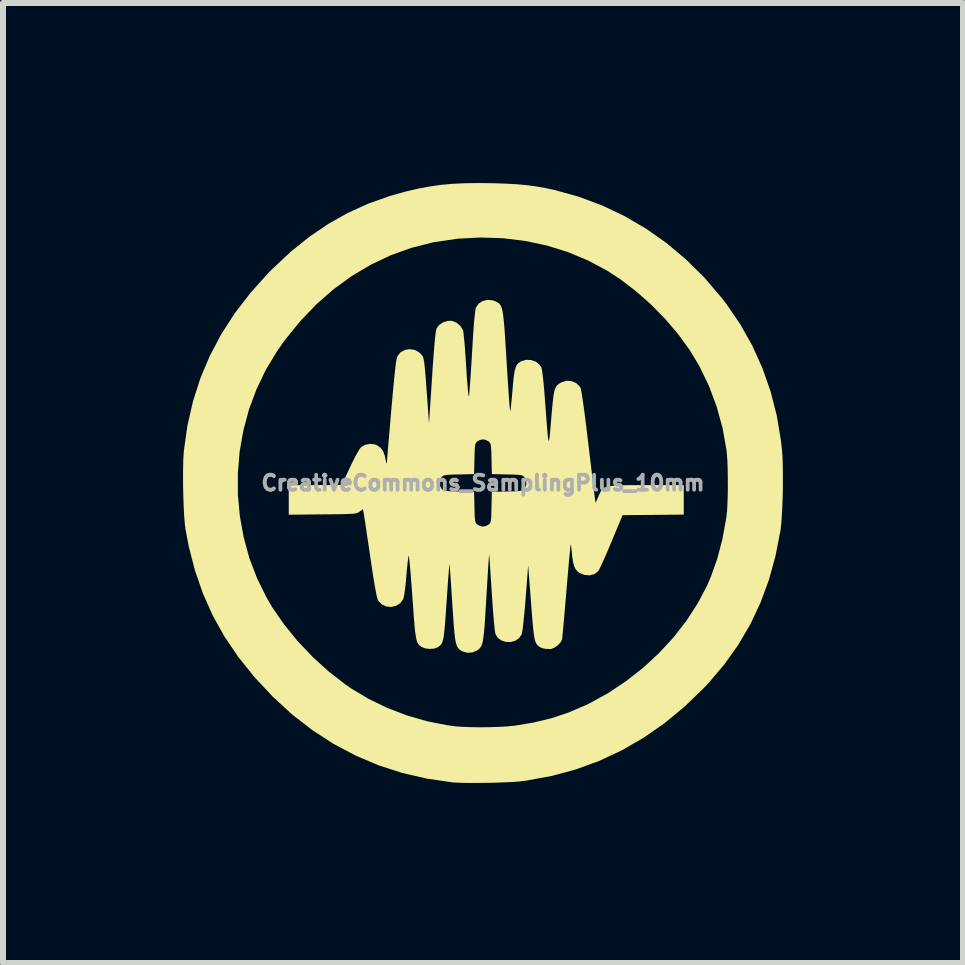
<source format=kicad_pcb>
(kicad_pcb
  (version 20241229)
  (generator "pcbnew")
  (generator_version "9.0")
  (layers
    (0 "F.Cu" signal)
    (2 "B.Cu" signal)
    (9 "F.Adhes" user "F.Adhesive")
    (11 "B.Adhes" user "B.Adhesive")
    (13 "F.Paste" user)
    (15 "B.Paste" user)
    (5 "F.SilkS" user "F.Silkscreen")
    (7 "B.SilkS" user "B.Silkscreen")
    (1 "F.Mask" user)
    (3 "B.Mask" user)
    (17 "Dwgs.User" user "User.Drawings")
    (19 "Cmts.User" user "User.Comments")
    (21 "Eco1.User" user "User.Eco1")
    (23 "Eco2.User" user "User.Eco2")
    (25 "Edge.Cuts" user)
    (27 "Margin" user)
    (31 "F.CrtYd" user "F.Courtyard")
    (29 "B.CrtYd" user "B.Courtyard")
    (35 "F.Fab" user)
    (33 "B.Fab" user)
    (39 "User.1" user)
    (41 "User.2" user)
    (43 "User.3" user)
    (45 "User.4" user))
  (footprint "CreativeCommons_SamplingPlus_10mm"
    (layer "F.Cu")
    (at 4.997 4.997)
    (property "Reference" "CreativeCommons_SamplingPlus_10mm" (at 0 0 0) (layer "F.Fab") (effects (font (size 0.25 0.25) (thickness 0.3))))
    (attr board_only exclude_from_pos_files exclude_from_bom)
    (fp_poly (pts (xy 0.145 -4.995) (xy 0.362 -4.988) (xy 0.551 -4.978) (xy 0.721 -4.963) (xy 0.879 -4.942) (xy 1.034 -4.915) (xy 1.191 -4.882) (xy 1.594 -4.77) (xy 1.983 -4.625) (xy 2.358 -4.447) (xy 2.716 -4.238) (xy 3.057 -3.998) (xy 3.38 -3.727) (xy 3.683 -3.428) (xy 3.965 -3.099) (xy 4.056 -2.982) (xy 4.288 -2.642) (xy 4.489 -2.285) (xy 4.657 -1.911) (xy 4.793 -1.522) (xy 4.896 -1.119) (xy 4.965 -0.703) (xy 4.983 -0.542) (xy 4.991 -0.427) (xy 4.995 -0.287) (xy 4.997 -0.129) (xy 4.997 0.04) (xy 4.994 0.211) (xy 4.988 0.377) (xy 4.98 0.532) (xy 4.971 0.667) (xy 4.959 0.776) (xy 4.955 0.8) (xy 4.873 1.22) (xy 4.763 1.619) (xy 4.623 1.996) (xy 4.454 2.355) (xy 4.253 2.697) (xy 4.022 3.022) (xy 3.758 3.334) (xy 3.683 3.413) (xy 3.363 3.723) (xy 3.028 4) (xy 2.679 4.243) (xy 2.316 4.453) (xy 1.938 4.63) (xy 1.547 4.773) (xy 1.142 4.882) (xy 0.724 4.958) (xy 0.609 4.973) (xy 0.524 4.98) (xy 0.412 4.986) (xy 0.281 4.991) (xy 0.138 4.995) (xy -0.01 4.997) (xy -0.153 4.998) (xy -0.286 4.997) (xy -0.4 4.994) (xy -0.488 4.99) (xy -0.509 4.988) (xy -0.934 4.926) (xy -1.344 4.832) (xy -1.74 4.704) (xy -2.121 4.542) (xy -2.488 4.348) (xy -2.839 4.121) (xy -3.176 3.86) (xy -3.496 3.567) (xy -3.801 3.242) (xy -3.814 3.227) (xy -4.077 2.898) (xy -4.306 2.56) (xy -4.502 2.209) (xy -4.665 1.843) (xy -4.798 1.461) (xy -4.902 1.059) (xy -4.956 0.773) (xy -4.968 0.677) (xy -4.978 0.553) (xy -4.986 0.407) (xy -4.992 0.247) (xy -4.996 0.081) (xy -4.997 -0.084) (xy -4.997 -0.166) (xy -4.084 -0.166) (xy -4.084 0.193) (xy -4.051 0.552) (xy -3.987 0.905) (xy -3.892 1.252) (xy -3.764 1.588) (xy -3.605 1.911) (xy -3.51 2.073) (xy -3.313 2.358) (xy -3.087 2.636) (xy -2.836 2.9) (xy -2.569 3.143) (xy -2.29 3.359) (xy -2.2 3.421) (xy -1.909 3.596) (xy -1.594 3.748) (xy -1.265 3.874) (xy -0.927 3.971) (xy -0.59 4.037) (xy -0.473 4.053) (xy -0.356 4.062) (xy -0.214 4.068) (xy -0.057 4.07) (xy 0.105 4.069) (xy 0.262 4.064) (xy 0.403 4.056) (xy 0.519 4.045) (xy 0.521 4.045) (xy 0.843 3.992) (xy 1.143 3.919) (xy 1.429 3.823) (xy 1.712 3.702) (xy 1.773 3.673) (xy 2.087 3.5) (xy 2.387 3.3) (xy 2.671 3.077) (xy 2.935 2.832) (xy 3.177 2.57) (xy 3.392 2.293) (xy 3.579 2.004) (xy 3.735 1.707) (xy 3.8 1.555) (xy 3.906 1.254) (xy 3.989 0.937) (xy 4.051 0.597) (xy 4.057 0.555) (xy 4.067 0.465) (xy 4.073 0.347) (xy 4.078 0.209) (xy 4.08 0.06) (xy 4.079 -0.092) (xy 4.077 -0.24) (xy 4.072 -0.374) (xy 4.064 -0.486) (xy 4.058 -0.545) (xy 3.992 -0.915) (xy 3.893 -1.274) (xy 3.764 -1.619) (xy 3.605 -1.948) (xy 3.442 -2.218) (xy 3.253 -2.478) (xy 3.037 -2.732) (xy 2.799 -2.974) (xy 2.546 -3.198) (xy 2.285 -3.397) (xy 2.073 -3.535) (xy 1.753 -3.706) (xy 1.416 -3.847) (xy 1.065 -3.956) (xy 0.703 -4.033) (xy 0.332 -4.078) (xy -0.043 -4.09) (xy -0.421 -4.07) (xy -0.799 -4.015) (xy -0.836 -4.008) (xy -1.191 -3.918) (xy -1.535 -3.795) (xy -1.867 -3.638) (xy -2.185 -3.449) (xy -2.488 -3.229) (xy -2.775 -2.978) (xy -3.044 -2.697) (xy -3.295 -2.388) (xy -3.428 -2.2) (xy -3.616 -1.89) (xy -3.772 -1.565) (xy -3.898 -1.227) (xy -3.991 -0.88) (xy -4.054 -0.525) (xy -4.084 -0.166) (xy -4.997 -0.166) (xy -4.996 -0.242) (xy -4.993 -0.383) (xy -4.986 -0.501) (xy -4.983 -0.54) (xy -4.924 -0.957) (xy -4.832 -1.359) (xy -4.708 -1.746) (xy -4.55 -2.12) (xy -4.359 -2.481) (xy -4.134 -2.83) (xy -3.874 -3.167) (xy -3.581 -3.494) (xy -3.51 -3.565) (xy -3.207 -3.849) (xy -2.898 -4.098) (xy -2.58 -4.315) (xy -2.251 -4.5) (xy -1.908 -4.655) (xy -1.548 -4.783) (xy -1.291 -4.855) (xy -1.09 -4.902) (xy -0.899 -4.938) (xy -0.71 -4.966) (xy -0.515 -4.984) (xy -0.307 -4.994) (xy -0.077 -4.997)) (stroke (width 0) (type solid)) (fill yes) (layer "F.SilkS"))
    (fp_poly (pts (xy 0.164 -3.043) (xy 0.217 -3.023) (xy 0.244 -3.008) (xy 0.266 -2.993) (xy 0.285 -2.973) (xy 0.301 -2.946) (xy 0.315 -2.908) (xy 0.327 -2.856) (xy 0.337 -2.788) (xy 0.347 -2.699) (xy 0.357 -2.588) (xy 0.367 -2.45) (xy 0.377 -2.284) (xy 0.39 -2.085) (xy 0.393 -2.024) (xy 0.404 -1.853) (xy 0.414 -1.695) (xy 0.424 -1.552) (xy 0.432 -1.428) (xy 0.44 -1.327) (xy 0.446 -1.252) (xy 0.451 -1.206) (xy 0.454 -1.193) (xy 0.458 -1.214) (xy 0.465 -1.264) (xy 0.473 -1.34) (xy 0.482 -1.435) (xy 0.492 -1.543) (xy 0.492 -1.552) (xy 0.504 -1.688) (xy 0.516 -1.793) (xy 0.529 -1.871) (xy 0.545 -1.928) (xy 0.564 -1.968) (xy 0.59 -1.997) (xy 0.623 -2.02) (xy 0.638 -2.028) (xy 0.719 -2.052) (xy 0.805 -2.048) (xy 0.884 -2.019) (xy 0.947 -1.967) (xy 0.97 -1.933) (xy 0.98 -1.895) (xy 0.992 -1.823) (xy 1.004 -1.715) (xy 1.018 -1.572) (xy 1.032 -1.393) (xy 1.034 -1.364) (xy 1.049 -1.17) (xy 1.061 -1.011) (xy 1.071 -0.886) (xy 1.079 -0.794) (xy 1.086 -0.734) (xy 1.093 -0.704) (xy 1.099 -0.703) (xy 1.105 -0.731) (xy 1.112 -0.785) (xy 1.12 -0.866) (xy 1.129 -0.971) (xy 1.138 -1.079) (xy 1.151 -1.232) (xy 1.163 -1.353) (xy 1.174 -1.447) (xy 1.186 -1.518) (xy 1.201 -1.569) (xy 1.219 -1.607) (xy 1.242 -1.634) (xy 1.271 -1.656) (xy 1.307 -1.676) (xy 1.31 -1.678) (xy 1.392 -1.703) (xy 1.476 -1.697) (xy 1.552 -1.665) (xy 1.611 -1.608) (xy 1.625 -1.586) (xy 1.633 -1.556) (xy 1.645 -1.493) (xy 1.66 -1.398) (xy 1.677 -1.276) (xy 1.697 -1.127) (xy 1.719 -0.955) (xy 1.742 -0.763) (xy 1.753 -0.672) (xy 1.774 -0.497) (xy 1.794 -0.33) (xy 1.812 -0.176) (xy 1.829 -0.039) (xy 1.843 0.077) (xy 1.854 0.169) (xy 1.862 0.232) (xy 1.866 0.262) (xy 1.877 0.334) (xy 1.916 0.242) (xy 1.938 0.191) (xy 1.958 0.149) (xy 1.981 0.115) (xy 2.01 0.089) (xy 2.048 0.069) (xy 2.1 0.055) (xy 2.169 0.046) (xy 2.258 0.04) (xy 2.373 0.037) (xy 2.515 0.036) (xy 2.69 0.036) (xy 2.726 0.036) (xy 3.345 0.036) (xy 3.345 0.527) (xy 2.836 0.532) (xy 2.326 0.536) (xy 2.138 0.987) (xy 2.087 1.108) (xy 2.039 1.22) (xy 1.995 1.317) (xy 1.959 1.395) (xy 1.933 1.448) (xy 1.918 1.472) (xy 1.854 1.519) (xy 1.774 1.539) (xy 1.689 1.532) (xy 1.609 1.499) (xy 1.583 1.48) (xy 1.548 1.443) (xy 1.522 1.395) (xy 1.503 1.329) (xy 1.489 1.239) (xy 1.481 1.158) (xy 1.474 1.093) (xy 1.468 1.046) (xy 1.462 1.024) (xy 1.461 1.024) (xy 1.458 1.043) (xy 1.453 1.094) (xy 1.445 1.175) (xy 1.435 1.28) (xy 1.424 1.406) (xy 1.411 1.55) (xy 1.398 1.707) (xy 1.39 1.8) (xy 1.376 1.965) (xy 1.363 2.12) (xy 1.351 2.26) (xy 1.34 2.383) (xy 1.33 2.483) (xy 1.323 2.557) (xy 1.318 2.602) (xy 1.316 2.611) (xy 1.29 2.659) (xy 1.244 2.707) (xy 1.188 2.746) (xy 1.137 2.765) (xy 1.131 2.766) (xy 1.045 2.764) (xy 0.983 2.751) (xy 0.95 2.735) (xy 0.925 2.717) (xy 0.904 2.698) (xy 0.887 2.674) (xy 0.872 2.64) (xy 0.86 2.594) (xy 0.849 2.531) (xy 0.839 2.448) (xy 0.828 2.34) (xy 0.817 2.205) (xy 0.804 2.038) (xy 0.801 1.994) (xy 0.753 1.373) (xy 0.711 1.918) (xy 0.699 2.068) (xy 0.686 2.204) (xy 0.674 2.322) (xy 0.663 2.417) (xy 0.653 2.485) (xy 0.645 2.521) (xy 0.645 2.522) (xy 0.6 2.587) (xy 0.536 2.63) (xy 0.46 2.65) (xy 0.38 2.648) (xy 0.305 2.623) (xy 0.244 2.577) (xy 0.21 2.522) (xy 0.202 2.487) (xy 0.193 2.417) (xy 0.183 2.316) (xy 0.172 2.186) (xy 0.16 2.03) (xy 0.148 1.85) (xy 0.147 1.828) (xy 0.137 1.68) (xy 0.128 1.544) (xy 0.12 1.424) (xy 0.114 1.324) (xy 0.108 1.249) (xy 0.104 1.202) (xy 0.103 1.188) (xy 0.101 1.204) (xy 0.097 1.253) (xy 0.092 1.331) (xy 0.085 1.434) (xy 0.077 1.557) (xy 0.069 1.698) (xy 0.06 1.852) (xy 0.057 1.905) (xy 0.045 2.098) (xy 0.035 2.258) (xy 0.026 2.388) (xy 0.017 2.493) (xy 0.007 2.574) (xy -0.003 2.637) (xy -0.015 2.684) (xy -0.03 2.719) (xy -0.047 2.746) (xy -0.067 2.767) (xy -0.091 2.786) (xy -0.092 2.787) (xy -0.17 2.822) (xy -0.256 2.83) (xy -0.337 2.808) (xy -0.345 2.804) (xy -0.375 2.786) (xy -0.399 2.767) (xy -0.42 2.742) (xy -0.437 2.709) (xy -0.451 2.663) (xy -0.463 2.601) (xy -0.473 2.52) (xy -0.483 2.416) (xy -0.493 2.284) (xy -0.504 2.123) (xy -0.512 1.996) (xy -0.522 1.847) (xy -0.531 1.71) (xy -0.539 1.59) (xy -0.546 1.49) (xy -0.552 1.414) (xy -0.556 1.367) (xy -0.559 1.353) (xy -0.561 1.371) (xy -0.566 1.422) (xy -0.572 1.501) (xy -0.58 1.604) (xy -0.589 1.726) (xy -0.598 1.864) (xy -0.607 1.988) (xy -0.619 2.163) (xy -0.629 2.306) (xy -0.639 2.421) (xy -0.648 2.51) (xy -0.658 2.578) (xy -0.67 2.629) (xy -0.683 2.665) (xy -0.699 2.692) (xy -0.719 2.712) (xy -0.743 2.73) (xy -0.754 2.738) (xy -0.814 2.76) (xy -0.889 2.765) (xy -0.965 2.755) (xy -1.015 2.735) (xy -1.041 2.719) (xy -1.063 2.701) (xy -1.081 2.679) (xy -1.096 2.648) (xy -1.109 2.606) (xy -1.12 2.548) (xy -1.131 2.472) (xy -1.141 2.373) (xy -1.151 2.248) (xy -1.162 2.094) (xy -1.175 1.916) (xy -1.186 1.761) (xy -1.197 1.618) (xy -1.207 1.49) (xy -1.217 1.382) (xy -1.225 1.297) (xy -1.231 1.24) (xy -1.235 1.214) (xy -1.236 1.213) (xy -1.241 1.226) (xy -1.248 1.27) (xy -1.257 1.339) (xy -1.266 1.429) (xy -1.275 1.534) (xy -1.276 1.542) (xy -1.287 1.664) (xy -1.299 1.77) (xy -1.311 1.855) (xy -1.322 1.914) (xy -1.329 1.936) (xy -1.38 2.004) (xy -1.45 2.047) (xy -1.529 2.066) (xy -1.609 2.058) (xy -1.683 2.025) (xy -1.741 1.966) (xy -1.749 1.954) (xy -1.761 1.921) (xy -1.776 1.857) (xy -1.794 1.762) (xy -1.816 1.634) (xy -1.842 1.473) (xy -1.871 1.276) (xy -1.881 1.208) (xy -1.904 1.053) (xy -1.926 0.907) (xy -1.945 0.776) (xy -1.962 0.663) (xy -1.976 0.574) (xy -1.986 0.511) (xy -1.991 0.479) (xy -1.991 0.477) (xy -2.001 0.436) (xy -2.056 0.477) (xy -2.073 0.489) (xy -2.091 0.498) (xy -2.114 0.505) (xy -2.147 0.51) (xy -2.194 0.514) (xy -2.258 0.517) (xy -2.345 0.52) (xy -2.458 0.521) (xy -2.601 0.523) (xy -2.674 0.523) (xy -3.236 0.529) (xy -3.236 0.036) (xy -2.355 0.035) (xy -2.324 -0.03) (xy -0.723 -0.03) (xy -0.721 0.039) (xy -0.693 0.093) (xy -0.677 0.111) (xy -0.658 0.123) (xy -0.629 0.131) (xy -0.584 0.136) (xy -0.516 0.139) (xy -0.419 0.142) (xy -0.403 0.142) (xy -0.148 0.148) (xy -0.142 0.403) (xy -0.14 0.504) (xy -0.136 0.576) (xy -0.131 0.624) (xy -0.124 0.654) (xy -0.112 0.675) (xy -0.096 0.69) (xy -0.093 0.693) (xy -0.045 0.718) (xy 0 0.727) (xy 0.052 0.716) (xy 0.093 0.693) (xy 0.111 0.677) (xy 0.123 0.658) (xy 0.131 0.629) (xy 0.136 0.584) (xy 0.139 0.516) (xy 0.142 0.419) (xy 0.142 0.403) (xy 0.148 0.148) (xy 0.403 0.142) (xy 0.504 0.14) (xy 0.576 0.136) (xy 0.624 0.131) (xy 0.654 0.124) (xy 0.675 0.112) (xy 0.69 0.096) (xy 0.693 0.093) (xy 0.723 0.03) (xy 0.721 -0.039) (xy 0.693 -0.093) (xy 0.677 -0.111) (xy 0.658 -0.123) (xy 0.629 -0.131) (xy 0.584 -0.136) (xy 0.516 -0.139) (xy 0.419 -0.142) (xy 0.403 -0.142) (xy 0.148 -0.148) (xy 0.142 -0.403) (xy 0.14 -0.504) (xy 0.136 -0.576) (xy 0.131 -0.624) (xy 0.124 -0.654) (xy 0.112 -0.675) (xy 0.096 -0.69) (xy 0.093 -0.693) (xy 0.045 -0.718) (xy 0 -0.727) (xy -0.052 -0.716) (xy -0.093 -0.693) (xy -0.111 -0.677) (xy -0.123 -0.658) (xy -0.131 -0.629) (xy -0.136 -0.584) (xy -0.139 -0.516) (xy -0.142 -0.419) (xy -0.142 -0.403) (xy -0.148 -0.148) (xy -0.403 -0.142) (xy -0.504 -0.14) (xy -0.576 -0.136) (xy -0.624 -0.131) (xy -0.654 -0.124) (xy -0.675 -0.112) (xy -0.69 -0.096) (xy -0.693 -0.093) (xy -0.723 -0.03) (xy -2.324 -0.03) (xy -2.218 -0.256) (xy -2.171 -0.354) (xy -2.125 -0.444) (xy -2.083 -0.519) (xy -2.051 -0.572) (xy -2.033 -0.594) (xy -1.968 -0.634) (xy -1.888 -0.651) (xy -1.808 -0.645) (xy -1.771 -0.631) (xy -1.708 -0.589) (xy -1.665 -0.534) (xy -1.637 -0.457) (xy -1.625 -0.403) (xy -1.615 -0.351) (xy -1.606 -0.323) (xy -1.602 -0.326) (xy -1.602 -0.33) (xy -1.6 -0.357) (xy -1.595 -0.417) (xy -1.588 -0.505) (xy -1.579 -0.618) (xy -1.567 -0.752) (xy -1.554 -0.904) (xy -1.54 -1.068) (xy -1.528 -1.216) (xy -1.508 -1.435) (xy -1.491 -1.62) (xy -1.476 -1.773) (xy -1.463 -1.895) (xy -1.452 -1.988) (xy -1.441 -2.054) (xy -1.432 -2.095) (xy -1.427 -2.109) (xy -1.375 -2.176) (xy -1.304 -2.216) (xy -1.224 -2.23) (xy -1.142 -2.218) (xy -1.066 -2.179) (xy -1.013 -2.125) (xy -1.002 -2.107) (xy -0.993 -2.081) (xy -0.985 -2.044) (xy -0.977 -1.991) (xy -0.969 -1.917) (xy -0.96 -1.82) (xy -0.95 -1.695) (xy -0.939 -1.538) (xy -0.938 -1.534) (xy -0.899 -0.991) (xy -0.849 -1.751) (xy -0.835 -1.969) (xy -0.821 -2.152) (xy -0.809 -2.301) (xy -0.798 -2.417) (xy -0.788 -2.501) (xy -0.779 -2.555) (xy -0.773 -2.575) (xy -0.732 -2.631) (xy -0.667 -2.675) (xy -0.592 -2.7) (xy -0.517 -2.701) (xy -0.44 -2.67) (xy -0.375 -2.615) (xy -0.334 -2.546) (xy -0.329 -2.53) (xy -0.324 -2.495) (xy -0.317 -2.429) (xy -0.308 -2.338) (xy -0.299 -2.225) (xy -0.29 -2.097) (xy -0.281 -1.96) (xy -0.279 -1.928) (xy -0.27 -1.78) (xy -0.26 -1.656) (xy -0.252 -1.558) (xy -0.245 -1.489) (xy -0.238 -1.45) (xy -0.234 -1.445) (xy -0.233 -1.446) (xy -0.229 -1.476) (xy -0.224 -1.538) (xy -0.217 -1.628) (xy -0.209 -1.74) (xy -0.2 -1.871) (xy -0.191 -2.017) (xy -0.182 -2.173) (xy -0.181 -2.182) (xy -0.169 -2.39) (xy -0.157 -2.565) (xy -0.146 -2.706) (xy -0.135 -2.813) (xy -0.126 -2.886) (xy -0.118 -2.922) (xy -0.072 -2.989) (xy -0.004 -3.032) (xy 0.077 -3.051)) (stroke (width 0) (type solid)) (fill yes) (layer "F.SilkS")))
  (gr_rect
    (start -3 -3)
    (end 12.995 12.995)
    (stroke (width 0.1) (type default))
    (fill no)
    (layer "Edge.Cuts")))
</source>
